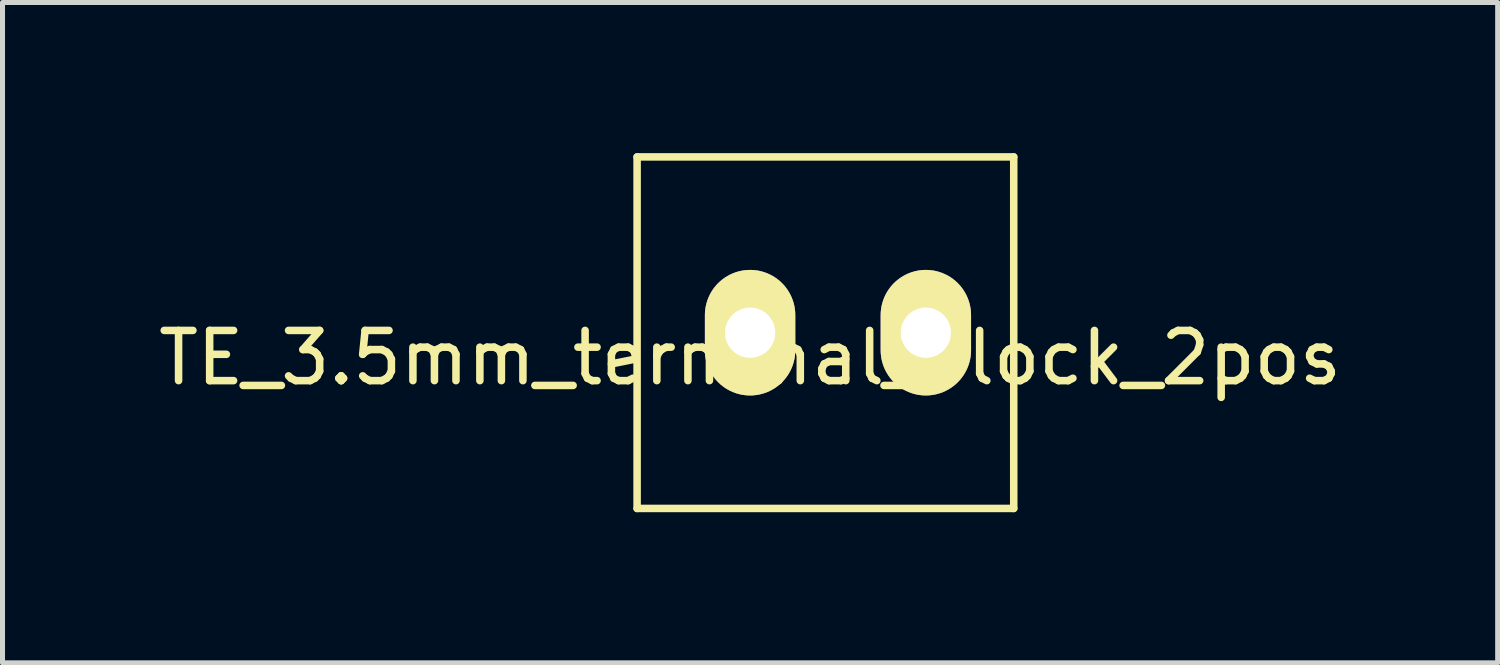
<source format=kicad_pcb>
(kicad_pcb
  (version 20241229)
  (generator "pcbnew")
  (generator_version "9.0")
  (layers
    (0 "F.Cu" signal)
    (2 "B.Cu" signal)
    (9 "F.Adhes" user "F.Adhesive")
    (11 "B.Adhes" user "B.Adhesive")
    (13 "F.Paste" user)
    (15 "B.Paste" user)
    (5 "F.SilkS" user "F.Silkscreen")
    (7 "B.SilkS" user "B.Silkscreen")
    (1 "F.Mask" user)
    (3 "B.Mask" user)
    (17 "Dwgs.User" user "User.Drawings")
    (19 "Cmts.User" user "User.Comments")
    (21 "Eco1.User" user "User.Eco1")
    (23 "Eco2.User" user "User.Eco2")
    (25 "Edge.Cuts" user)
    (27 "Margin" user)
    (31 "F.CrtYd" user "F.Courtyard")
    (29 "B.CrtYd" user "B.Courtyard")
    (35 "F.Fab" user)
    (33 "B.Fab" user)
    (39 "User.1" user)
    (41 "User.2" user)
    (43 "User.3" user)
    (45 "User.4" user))
  (footprint "TE_3.5mm_terminal_block_2pos"
    (layer "F.Cu")
    (at 11.887 3.575)
    (property "Reference" "TE_3.5mm_terminal_block_2pos" (at 0 0.5 0) (layer "F.SilkS") (effects (font (size 1 1) (thickness 0.15))))
    (attr through_hole)
    (fp_line (start -2.25 -3.5) (end 5.25 -3.5) (stroke (width 0.15) (type solid)) (layer "F.SilkS"))
    (fp_line (start -2.25 3.5) (end -2.25 -3.5) (stroke (width 0.15) (type solid)) (layer "F.SilkS"))
    (fp_line (start 5.25 -3.5) (end 5.25 3.5) (stroke (width 0.15) (type solid)) (layer "F.SilkS"))
    (fp_line (start 5.25 3.5) (end -2.25 3.5) (stroke (width 0.15) (type solid)) (layer "F.SilkS"))
    (pad "1" thru_hole oval (at 0 0) (size 1.8 2.5) (drill 1) (layers "*.Cu" "*.Mask" "F.SilkS"))
    (pad "2" thru_hole oval (at 3.5 0) (size 1.8 2.5) (drill 1) (layers "*.Cu" "*.Mask" "F.SilkS")))
  (gr_rect
    (start -3 -3)
    (end 26.774 10.15)
    (stroke (width 0.1) (type default))
    (fill no)
    (layer "Edge.Cuts")))
</source>
